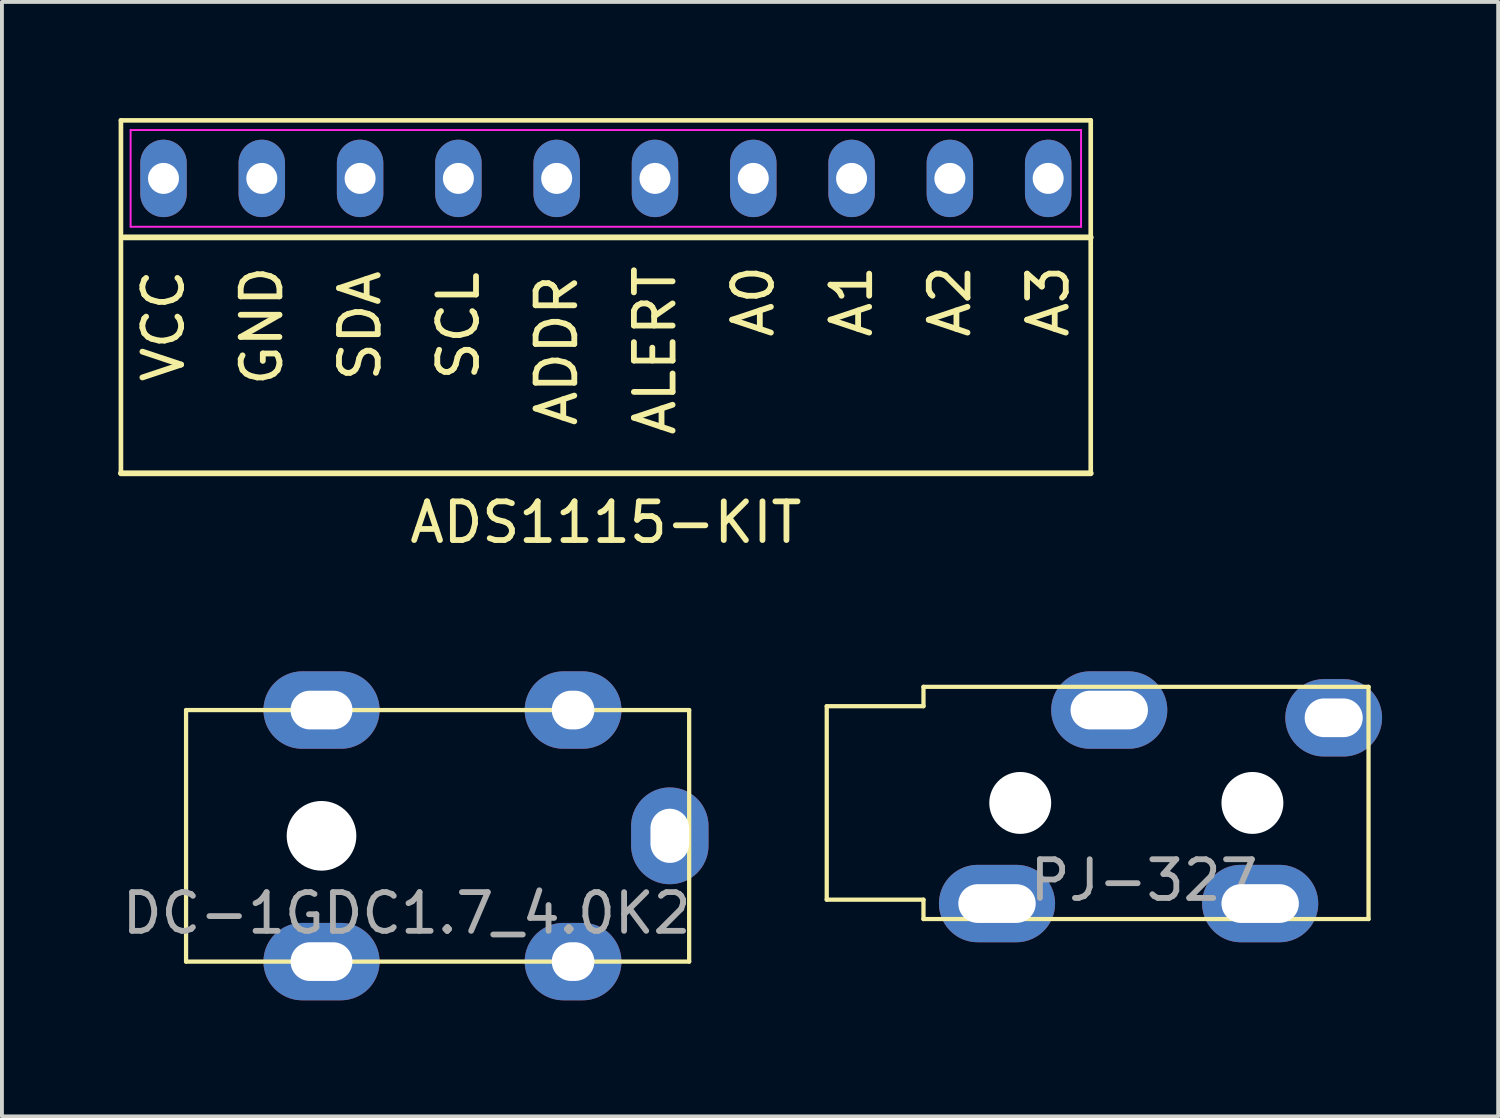
<source format=kicad_pcb>
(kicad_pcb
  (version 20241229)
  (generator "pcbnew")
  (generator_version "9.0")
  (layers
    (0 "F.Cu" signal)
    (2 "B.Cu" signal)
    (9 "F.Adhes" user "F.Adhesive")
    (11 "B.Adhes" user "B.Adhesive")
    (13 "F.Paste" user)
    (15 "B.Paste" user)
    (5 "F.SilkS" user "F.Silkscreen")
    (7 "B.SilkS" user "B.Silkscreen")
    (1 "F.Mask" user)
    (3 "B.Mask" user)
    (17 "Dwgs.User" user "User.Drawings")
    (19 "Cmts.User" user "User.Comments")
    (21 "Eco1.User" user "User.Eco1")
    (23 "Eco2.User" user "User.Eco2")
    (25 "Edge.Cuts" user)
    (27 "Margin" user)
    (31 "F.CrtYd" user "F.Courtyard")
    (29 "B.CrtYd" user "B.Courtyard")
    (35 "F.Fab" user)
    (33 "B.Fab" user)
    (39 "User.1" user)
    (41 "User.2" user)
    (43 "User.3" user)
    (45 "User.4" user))
  (footprint "DC-1GDC1.7_4.0K2"
    (layer "F.Cu")
    (at 1.758 18.548)
    (property "Reference" "DC-1GDC1.7_4.0K2" (at 5.7 2 0) (layer "F.Fab") (effects (font (size 1 1) (thickness 0.15))))
    (attr through_hole)
    (fp_line (start 0 3.25) (end 0 -3.25) (stroke (width 0.11) (type solid)) (layer "F.SilkS"))
    (fp_line (start 0 3.25) (end 13 3.25) (stroke (width 0.11) (type solid)) (layer "F.SilkS"))
    (fp_line (start 13 -3.25) (end 0 -3.25) (stroke (width 0.11) (type solid)) (layer "F.SilkS"))
    (fp_line (start 13 -3.25) (end 13 3.25) (stroke (width 0.11) (type solid)) (layer "F.SilkS"))
    (pad "" np_thru_hole oval (at 3.5 -3.25) (size 3 2) (drill oval 1.6 1) (layers "*.Cu" "*.Mask"))
    (pad "" np_thru_hole circle (at 3.5 0) (size 1.8 1.8) (drill 1.8) (layers "*.Cu" "*.Mask"))
    (pad "" np_thru_hole oval (at 3.5 3.25) (size 3 2) (drill oval 1.6 1) (layers "*.Cu" "*.Mask"))
    (pad "1" thru_hole oval (at 12.5 0) (size 2 2.5) (drill oval 1 1.4) (layers "*.Cu" "*.Mask"))
    (pad "2" thru_hole oval (at 10 3.25) (size 2.5 2) (drill oval 1.1 1) (layers "*.Cu" "*.Mask"))
    (pad "3" thru_hole oval (at 10 -3.25) (size 2.5 2) (drill oval 1.1 1) (layers "*.Cu" "*.Mask")))
  (footprint "ADS1115-KIT"
    (layer "F.Cu")
    (at 12.605 1.56)
    (property "Reference" "ADS1115-KIT" (at 0 8.89 0) (layer "F.SilkS") (effects (font (size 1 1) (thickness 0.15))))
    (attr through_hole)
    (fp_line (start -12.53 -1.5) (end 12.53 -1.5) (stroke (width 0.12) (type solid)) (layer "F.SilkS"))
    (fp_line (start -12.53 7.62) (end -12.53 -1.5) (stroke (width 0.12) (type solid)) (layer "F.SilkS"))
    (fp_line (start 12.53 -1.5) (end 12.53 7.62) (stroke (width 0.12) (type solid)) (layer "F.SilkS"))
    (fp_line (start 12.53 1.524) (end -12.446 1.524) (stroke (width 0.15) (type solid)) (layer "F.SilkS"))
    (fp_line (start 12.53 7.62) (end -12.53 7.62) (stroke (width 0.15) (type solid)) (layer "F.SilkS"))
    (fp_line (start -12.28 -1.25) (end 12.28 -1.25) (stroke (width 0.05) (type solid)) (layer "F.CrtYd"))
    (fp_line (start -12.28 1.25) (end -12.28 -1.25) (stroke (width 0.05) (type solid)) (layer "F.CrtYd"))
    (fp_line (start 12.28 -1.25) (end 12.28 1.25) (stroke (width 0.05) (type solid)) (layer "F.CrtYd"))
    (fp_line (start 12.28 1.25) (end -12.28 1.25) (stroke (width 0.05) (type solid)) (layer "F.CrtYd"))
    (fp_text user "A0" (at 3.81 3.175 90) (layer "F.SilkS") (effects (font (size 1 1) (thickness 0.15))))
    (fp_text user "A1" (at 6.35 3.175 90) (layer "F.SilkS") (effects (font (size 1 1) (thickness 0.15))))
    (fp_text user "A2" (at 8.89 3.175 90) (layer "F.SilkS") (effects (font (size 1 1) (thickness 0.15))))
    (fp_text user "A3" (at 11.43 3.175 90) (layer "F.SilkS") (effects (font (size 1 1) (thickness 0.15))))
    (fp_text user "VCC" (at -11.43 3.81 90) (layer "F.SilkS") (effects (font (size 1 1) (thickness 0.15))))
    (fp_text user "ADDR" (at -1.27 4.445 90) (layer "F.SilkS") (effects (font (size 1 1) (thickness 0.15))))
    (fp_text user "SCL" (at -3.81 3.81 90) (layer "F.SilkS") (effects (font (size 1 1) (thickness 0.15))))
    (fp_text user "SDA" (at -6.35 3.81 90) (layer "F.SilkS") (effects (font (size 1 1) (thickness 0.15))))
    (fp_text user "GND" (at -8.89 3.81 90) (layer "F.SilkS") (effects (font (size 1 1) (thickness 0.15))))
    (fp_text user "ALERT" (at 1.27 4.445 90) (layer "F.SilkS") (effects (font (size 1 1) (thickness 0.15))))
    (pad "1" thru_hole oval (at -1.27 0) (size 1.2 2) (drill 0.8) (layers "*.Cu" "*.Mask"))
    (pad "2" thru_hole oval (at 1.27 0) (size 1.2 2) (drill 0.8) (layers "*.Cu" "*.Mask"))
    (pad "3" thru_hole oval (at -8.89 0) (size 1.2 2) (drill 0.8) (layers "*.Cu" "*.Mask"))
    (pad "4" thru_hole oval (at 3.81 0) (size 1.2 2) (drill 0.8) (layers "*.Cu" "*.Mask"))
    (pad "5" thru_hole oval (at 6.35 0) (size 1.2 2) (drill 0.8) (layers "*.Cu" "*.Mask"))
    (pad "6" thru_hole oval (at 8.89 0) (size 1.2 2) (drill 0.8) (layers "*.Cu" "*.Mask"))
    (pad "7" thru_hole oval (at 11.43 0) (size 1.2 2) (drill 0.8) (layers "*.Cu" "*.Mask"))
    (pad "8" thru_hole oval (at -11.43 0) (size 1.2 2) (drill 0.8) (layers "*.Cu" "*.Mask"))
    (pad "9" thru_hole oval (at -6.35 0) (size 1.2 2) (drill 0.8) (layers "*.Cu" "*.Mask"))
    (pad "10" thru_hole oval (at -3.81 0) (size 1.2 2) (drill 0.8) (layers "*.Cu" "*.Mask")))
  (footprint "PJ-327"
    (layer "F.Cu")
    (at 20.813 17.698)
    (property "Reference" "PJ-327" (at 5.7 2 0) (layer "F.Fab") (effects (font (size 1 1) (thickness 0.15))))
    (attr through_hole)
    (fp_line (start -2.5 -2.5) (end -2.5 2.5) (stroke (width 0.11) (type solid)) (layer "F.SilkS"))
    (fp_line (start 0 -3) (end 0 -2.5) (stroke (width 0.11) (type solid)) (layer "F.SilkS"))
    (fp_line (start 0 -2.5) (end -2.5 -2.5) (stroke (width 0.11) (type solid)) (layer "F.SilkS"))
    (fp_line (start 0 2.5) (end -2.5 2.5) (stroke (width 0.11) (type solid)) (layer "F.SilkS"))
    (fp_line (start 0 3) (end 0 2.5) (stroke (width 0.11) (type solid)) (layer "F.SilkS"))
    (fp_line (start 0 3) (end 11.5 3) (stroke (width 0.11) (type solid)) (layer "F.SilkS"))
    (fp_line (start 11.5 -3) (end 0 -3) (stroke (width 0.11) (type solid)) (layer "F.SilkS"))
    (fp_line (start 11.5 -3) (end 11.5 3) (stroke (width 0.11) (type solid)) (layer "F.SilkS"))
    (pad "" np_thru_hole circle (at 2.5 0) (size 1.6 1.6) (drill 1.6) (layers "*.Cu" "*.Mask"))
    (pad "" np_thru_hole circle (at 8.5 0) (size 1.6 1.6) (drill 1.6) (layers "*.Cu" "*.Mask"))
    (pad "1" thru_hole oval (at 1.9 2.6) (size 3 2) (drill oval 2 1) (layers "*.Cu" "*.Mask"))
    (pad "2" thru_hole oval (at 4.8 -2.4) (size 3 2) (drill oval 2 1) (layers "*.Cu" "*.Mask"))
    (pad "3" thru_hole oval (at 8.7 2.6) (size 3 2) (drill oval 2 1) (layers "*.Cu" "*.Mask"))
    (pad "4" thru_hole oval (at 10.6 -2.2) (size 2.5 2) (drill oval 1.5 1) (layers "*.Cu" "*.Mask")))
  (gr_rect
    (start -3 -3)
    (end 35.663 25.798)
    (stroke (width 0.1) (type default))
    (fill no)
    (layer "Edge.Cuts")))
</source>
